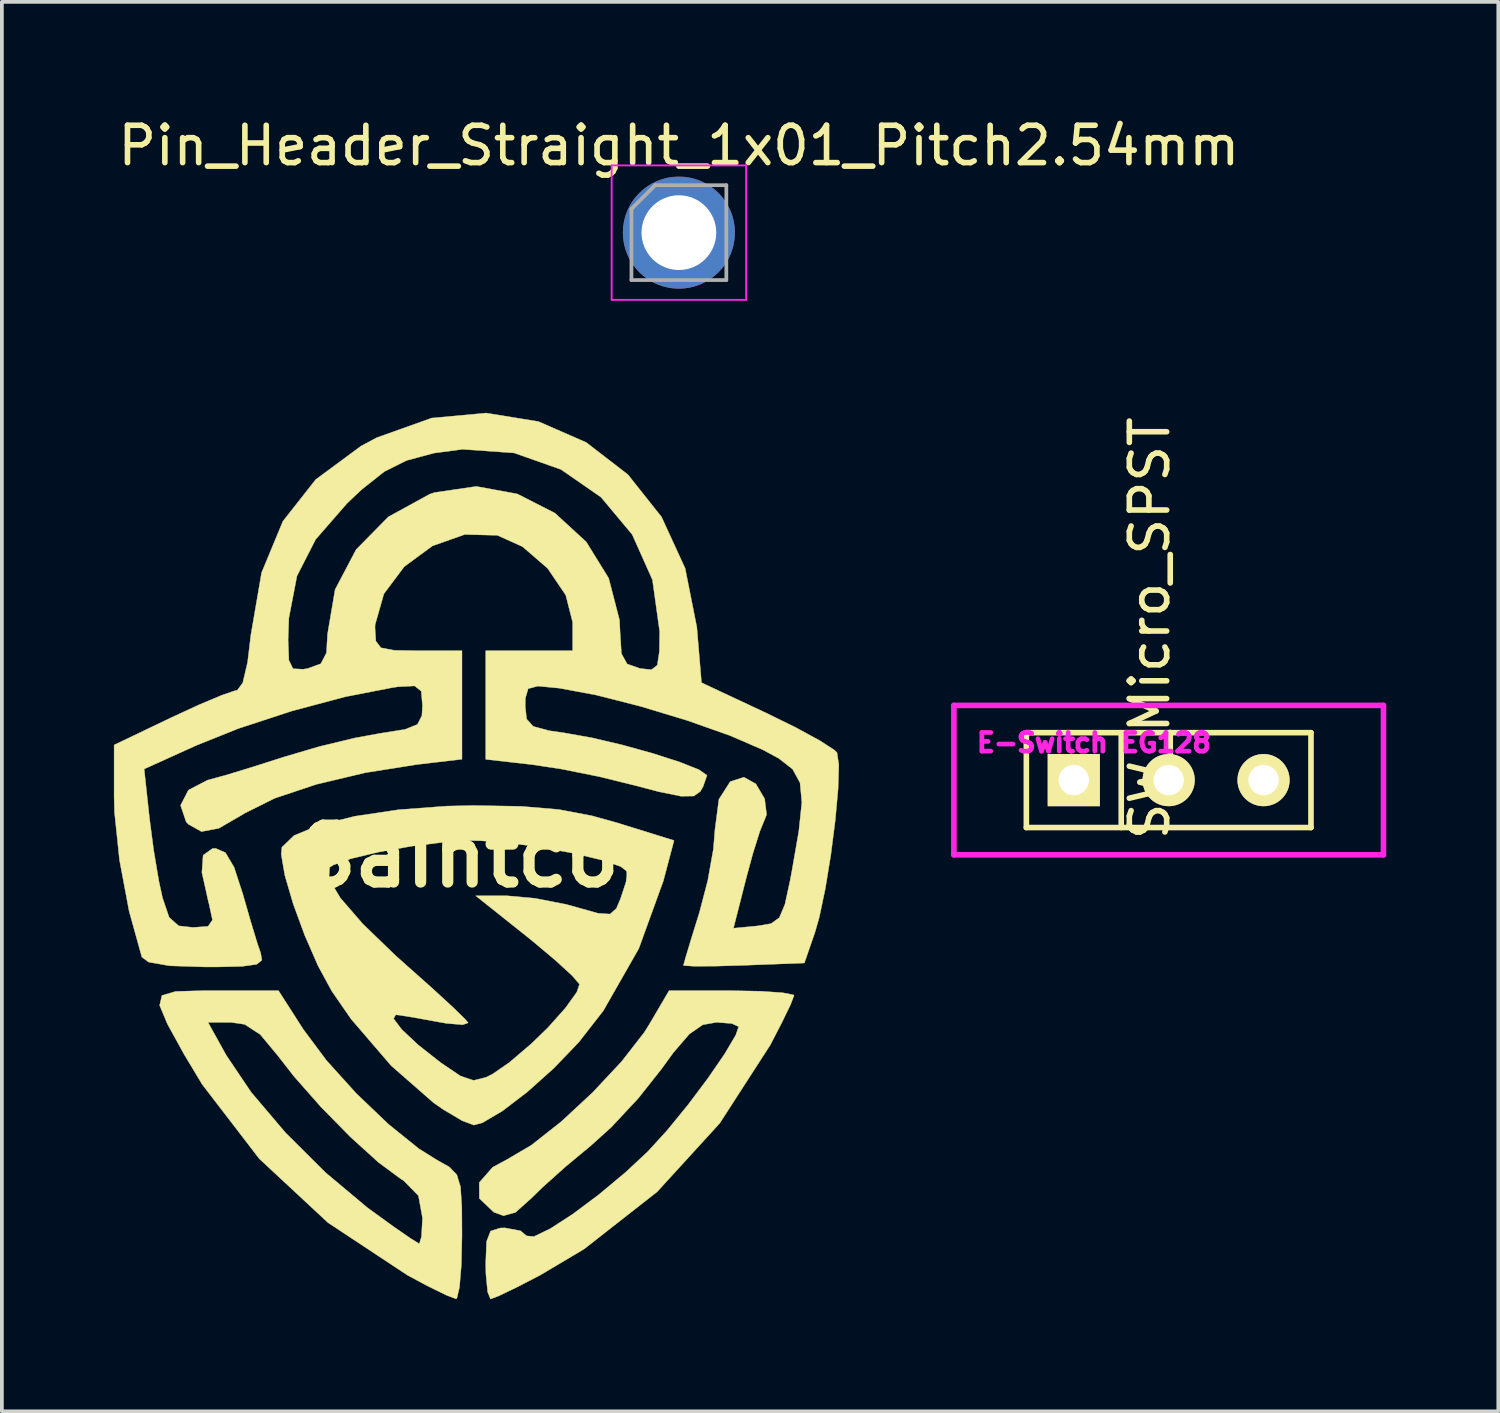
<source format=kicad_pcb>
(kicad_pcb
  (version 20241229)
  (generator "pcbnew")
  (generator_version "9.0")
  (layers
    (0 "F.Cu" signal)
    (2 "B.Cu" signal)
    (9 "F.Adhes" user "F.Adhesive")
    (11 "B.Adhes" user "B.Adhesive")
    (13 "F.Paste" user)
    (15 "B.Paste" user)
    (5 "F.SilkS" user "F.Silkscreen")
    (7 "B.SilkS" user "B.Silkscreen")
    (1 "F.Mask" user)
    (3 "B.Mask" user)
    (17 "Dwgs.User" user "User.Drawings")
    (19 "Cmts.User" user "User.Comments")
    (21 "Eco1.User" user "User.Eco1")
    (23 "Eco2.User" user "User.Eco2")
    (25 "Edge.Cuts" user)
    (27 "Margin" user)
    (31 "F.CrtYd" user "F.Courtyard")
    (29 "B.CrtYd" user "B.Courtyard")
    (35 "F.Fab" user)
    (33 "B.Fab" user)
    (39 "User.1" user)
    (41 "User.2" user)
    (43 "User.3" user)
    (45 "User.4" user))
  (footprint "SW_Micro_SPST"
    (layer "F.Cu")
    (at 28.237 17.835)
    (property "Reference" "SW_Micro_SPST" (at -0.508 -4.064 90) (layer "F.SilkS") (effects (font (size 1 1) (thickness 0.15))))
    (attr through_hole)
    (fp_line (start -3.81 -1.27) (end 3.81 -1.27) (stroke (width 0.15) (type solid)) (layer "F.SilkS"))
    (fp_line (start -3.81 1.27) (end -3.81 -1.27) (stroke (width 0.15) (type solid)) (layer "F.SilkS"))
    (fp_line (start -1.27 -1.27) (end -1.27 1.27) (stroke (width 0.15) (type solid)) (layer "F.SilkS"))
    (fp_line (start 3.81 -1.27) (end 3.81 1.27) (stroke (width 0.15) (type solid)) (layer "F.SilkS"))
    (fp_line (start 3.81 1.27) (end -3.81 1.27) (stroke (width 0.15) (type solid)) (layer "F.SilkS"))
    (fp_line (start -5.75 -2) (end -5.75 2) (stroke (width 0.15) (type solid)) (layer "F.CrtYd"))
    (fp_line (start -5.75 -2) (end 5.75 -2) (stroke (width 0.15) (type solid)) (layer "F.CrtYd"))
    (fp_line (start -5.75 2) (end 5.75 2) (stroke (width 0.15) (type solid)) (layer "F.CrtYd"))
    (fp_line (start 5.75 -2) (end 5.75 2) (stroke (width 0.15) (type solid)) (layer "F.CrtYd"))
    (fp_text user "E-Switch EG128" (at -2 -1 0) (layer "F.CrtYd") (effects (font (size 0.5 0.5) (thickness 0.125))))
    (pad "1" thru_hole rect (at -2.54 0) (size 1.397 1.397) (drill 0.813) (layers "*.Cu" "*.Mask" "F.SilkS"))
    (pad "2" thru_hole circle (at 0 0) (size 1.397 1.397) (drill 0.813) (layers "*.Cu" "*.Mask" "F.SilkS"))
    (pad "3" thru_hole circle (at 2.54 0) (size 1.397 1.397) (drill 0.813) (layers "*.Cu" "*.Mask" "F.SilkS")))
  (footprint "Pin_Header_Straight_1x01_Pitch2.54mm"
    (layer "F.Cu")
    (at 15.125 3.178)
    (property "Reference" "Pin_Header_Straight_1x01_Pitch2.54mm" (at 0 -2.33 0) (layer "F.SilkS") (effects (font (size 1 1) (thickness 0.15))))
    (attr through_hole)
    (fp_line (start -1.8 -1.8) (end -1.8 1.8) (stroke (width 0.05) (type solid)) (layer "F.CrtYd"))
    (fp_line (start -1.8 1.8) (end 1.8 1.8) (stroke (width 0.05) (type solid)) (layer "F.CrtYd"))
    (fp_line (start 1.8 -1.8) (end -1.8 -1.8) (stroke (width 0.05) (type solid)) (layer "F.CrtYd"))
    (fp_line (start 1.8 1.8) (end 1.8 -1.8) (stroke (width 0.05) (type solid)) (layer "F.CrtYd"))
    (fp_line (start -1.27 -0.635) (end -0.635 -1.27) (stroke (width 0.1) (type solid)) (layer "F.Fab"))
    (fp_line (start -1.27 1.27) (end -1.27 -0.635) (stroke (width 0.1) (type solid)) (layer "F.Fab"))
    (fp_line (start -0.635 -1.27) (end 1.27 -1.27) (stroke (width 0.1) (type solid)) (layer "F.Fab"))
    (fp_line (start 1.27 -1.27) (end 1.27 1.27) (stroke (width 0.1) (type solid)) (layer "F.Fab"))
    (fp_line (start 1.27 1.27) (end -1.27 1.27) (stroke (width 0.1) (type solid)) (layer "F.Fab"))
    (pad "1" thru_hole circle (at 0 0) (size 3 3) (drill 2) (layers "*.Cu" "*.Mask")))
  (footprint "Saintcon"
    (layer "F.Cu")
    (at 9.953 19.874)
    (property "Reference" "Saintcon" (at 0 0 0) (layer "F.SilkS") (effects (font (size 1.524 1.524) (thickness 0.3))))
    (attr through_hole)
    (fp_poly (pts (xy -7.212 3.598) (xy -5.547 3.598) (xy -4.884 4.632) (xy -4.264 5.464) (xy -3.466 6.348) (xy -2.603 7.173) (xy -1.786 7.831) (xy -1.311 8.128) (xy -0.975 8.317) (xy -0.774 8.523) (xy -0.674 8.852) (xy -0.639 9.407) (xy -0.635 10.165) (xy -0.653 10.95) (xy -0.702 11.539) (xy -0.772 11.834) (xy -0.794 11.849) (xy -1.05 11.752) (xy -1.556 11.504) (xy -2.094 11.216) (xy -4.222 9.809) (xy -6.061 8.098) (xy -7.591 6.106) (xy -8.08 5.292) (xy -8.521 4.49) (xy -8.54 4.445) (xy -7.435 4.445) (xy -6.946 5.327) (xy -6.28 6.316) (xy -5.358 7.402) (xy -4.289 8.467) (xy -3.182 9.395) (xy -3.099 9.457) (xy -2.485 9.902) (xy -2.016 10.227) (xy -1.784 10.37) (xy -1.776 10.372) (xy -1.72 10.186) (xy -1.694 9.734) (xy -1.693 9.676) (xy -1.801 9.086) (xy -2.195 8.685) (xy -2.275 8.635) (xy -2.872 8.194) (xy -3.617 7.519) (xy -4.407 6.715) (xy -5.137 5.887) (xy -5.559 5.345) (xy -6.035 4.772) (xy -6.453 4.5) (xy -6.823 4.445) (xy -7.435 4.445) (xy -8.54 4.445) (xy -8.729 3.993) (xy -8.668 3.726) (xy -8.3 3.618) (xy -7.588 3.598) (xy -7.212 3.598)) (stroke (width 0.01) (type solid)) (fill yes) (layer "F.SilkS"))
    (fp_poly (pts (xy 7.363 3.613) (xy 7.949 3.653) (xy 8.24 3.71) (xy 8.255 3.727) (xy 8.163 3.968) (xy 7.921 4.467) (xy 7.617 5.054) (xy 6.264 7.149) (xy 4.59 8.982) (xy 2.633 10.516) (xy 1.456 11.215) (xy 0.818 11.545) (xy 0.337 11.775) (xy 0.129 11.853) (xy 0.052 11.664) (xy 0.006 11.185) (xy 0 10.901) (xy 0.023 10.312) (xy 0.131 10.034) (xy 0.386 9.952) (xy 0.512 9.948) (xy 0.931 10.026) (xy 1.094 10.162) (xy 1.29 10.181) (xy 1.727 9.97) (xy 2.331 9.579) (xy 3.027 9.059) (xy 3.741 8.463) (xy 4.342 7.902) (xy 4.851 7.345) (xy 5.41 6.661) (xy 5.948 5.944) (xy 6.399 5.288) (xy 6.695 4.786) (xy 6.773 4.561) (xy 6.59 4.477) (xy 6.18 4.445) (xy 5.81 4.511) (xy 5.453 4.758) (xy 5.022 5.259) (xy 4.705 5.696) (xy 4.083 6.481) (xy 3.361 7.254) (xy 2.811 7.75) (xy 2.145 8.303) (xy 1.522 8.861) (xy 1.221 9.155) (xy 0.797 9.534) (xy 0.477 9.623) (xy 0.215 9.527) (xy -0.17 9.16) (xy -0.173 8.734) (xy 0.187 8.324) (xy 0.562 8.122) (xy 1.221 7.735) (xy 2.023 7.103) (xy 2.862 6.324) (xy 3.635 5.498) (xy 4.239 4.723) (xy 4.381 4.498) (xy 4.909 3.598) (xy 6.582 3.598) (xy 7.363 3.613)) (stroke (width 0.01) (type solid)) (fill yes) (layer "F.SilkS"))
    (fp_poly (pts (xy 0.955 -1.337) (xy 1.958 -1.252) (xy 2.845 -1.084) (xy 3.526 -0.894) (xy 5.042 -0.423) (xy 4.756 0.66) (xy 4.099 2.47) (xy 3.149 4.135) (xy 2.491 4.979) (xy 1.825 5.672) (xy 1.114 6.309) (xy 0.447 6.819) (xy -0.085 7.133) (xy -0.318 7.197) (xy -0.628 7.08) (xy -1.127 6.785) (xy -1.397 6.598) (xy -2.531 5.606) (xy -3.603 4.358) (xy -4.121 3.609) (xy -4.488 2.933) (xy -4.845 2.116) (xy -5.155 1.27) (xy -5.351 0.602) (xy -4.197 0.602) (xy -3.892 1.115) (xy -3.291 1.809) (xy -2.42 2.652) (xy -2.085 2.951) (xy -1.415 3.547) (xy -0.876 4.043) (xy -0.541 4.371) (xy -0.468 4.459) (xy -0.613 4.51) (xy -1.051 4.473) (xy -1.314 4.427) (xy -1.913 4.317) (xy -2.331 4.251) (xy -2.407 4.243) (xy -2.467 4.346) (xy -2.246 4.638) (xy -1.805 5.052) (xy -1.204 5.525) (xy -1.194 5.532) (xy -0.674 5.883) (xy -0.325 6) (xy 0.007 5.918) (xy 0.182 5.831) (xy 0.634 5.519) (xy 1.221 5.018) (xy 1.665 4.588) (xy 2.135 4.061) (xy 2.44 3.635) (xy 2.511 3.425) (xy 2.319 3.2) (xy 1.877 2.794) (xy 1.27 2.284) (xy 1.084 2.134) (xy -0.266 1.058) (xy 0.574 1.058) (xy 1.313 1.124) (xy 2.151 1.287) (xy 2.412 1.359) (xy 3.01 1.527) (xy 3.33 1.547) (xy 3.499 1.396) (xy 3.61 1.133) (xy 3.761 0.674) (xy 3.81 0.427) (xy 3.616 0.275) (xy 3.102 0.1) (xy 2.368 -0.077) (xy 1.516 -0.235) (xy 0.646 -0.355) (xy -0.142 -0.416) (xy -0.359 -0.42) (xy -1.122 -0.377) (xy -1.997 -0.268) (xy -2.862 -0.114) (xy -3.597 0.061) (xy -4.082 0.234) (xy -4.181 0.301) (xy -4.197 0.602) (xy -5.351 0.602) (xy -5.378 0.51) (xy -5.474 -0.052) (xy -5.455 -0.244) (xy -5.132 -0.555) (xy -4.457 -0.836) (xy -3.503 -1.072) (xy -2.339 -1.246) (xy -1.038 -1.344) (xy -0.318 -1.359) (xy 0.955 -1.337)) (stroke (width 0.01) (type solid)) (fill yes) (layer "F.SilkS"))
    (fp_poly (pts (xy 1.411 -11.639) (xy 2.692 -11.079) (xy 3.808 -10.218) (xy 4.707 -9.085) (xy 5.339 -7.711) (xy 5.652 -6.136) (xy 5.777 -4.648) (xy 7.516 -3.833) (xy 8.304 -3.446) (xy 8.943 -3.098) (xy 9.335 -2.844) (xy 9.405 -2.775) (xy 9.454 -2.443) (xy 9.434 -1.805) (xy 9.359 -0.97) (xy 9.241 -0.047) (xy 9.094 0.854) (xy 8.932 1.626) (xy 8.816 2.034) (xy 8.531 2.857) (xy 6.911 2.919) (xy 6.145 2.941) (xy 5.575 2.943) (xy 5.304 2.926) (xy 5.294 2.919) (xy 5.354 2.702) (xy 5.508 2.192) (xy 5.718 1.516) (xy 5.944 0.655) (xy 6.096 -0.196) (xy 6.138 -0.717) (xy 6.243 -1.525) (xy 6.546 -1.999) (xy 6.914 -2.117) (xy 7.232 -1.939) (xy 7.468 -1.539) (xy 7.52 -1.118) (xy 7.475 -1.001) (xy 7.34 -0.67) (xy 7.15 -0.065) (xy 6.972 0.593) (xy 6.633 1.926) (xy 7.285 1.863) (xy 7.639 1.803) (xy 7.86 1.645) (xy 8.01 1.29) (xy 8.151 0.64) (xy 8.192 0.423) (xy 8.383 -0.675) (xy 8.464 -1.443) (xy 8.415 -1.967) (xy 8.216 -2.332) (xy 7.847 -2.62) (xy 7.42 -2.851) (xy 6.537 -3.233) (xy 5.392 -3.637) (xy 4.145 -4.014) (xy 2.951 -4.318) (xy 1.968 -4.501) (xy 1.958 -4.502) (xy 1.396 -4.556) (xy 1.136 -4.486) (xy 1.062 -4.23) (xy 1.058 -4.029) (xy 1.094 -3.676) (xy 1.272 -3.478) (xy 1.701 -3.362) (xy 2.119 -3.301) (xy 2.834 -3.174) (xy 3.653 -2.982) (xy 4.473 -2.755) (xy 5.193 -2.523) (xy 5.71 -2.318) (xy 5.923 -2.169) (xy 5.923 -2.161) (xy 5.82 -1.866) (xy 5.746 -1.736) (xy 5.574 -1.613) (xy 5.23 -1.608) (xy 4.629 -1.73) (xy 4.038 -1.886) (xy 3.058 -2.128) (xy 2.025 -2.336) (xy 1.252 -2.453) (xy 0 -2.595) (xy 0 -5.503) (xy 2.328 -5.503) (xy 2.328 -6.265) (xy 2.143 -6.992) (xy 1.658 -7.708) (xy 0.984 -8.29) (xy 0.312 -8.593) (xy -0.56 -8.615) (xy -1.424 -8.31) (xy -2.18 -7.755) (xy -2.726 -7.026) (xy -2.961 -6.2) (xy -2.963 -6.107) (xy -2.941 -5.762) (xy -2.805 -5.582) (xy -2.452 -5.514) (xy -1.799 -5.503) (xy -0.635 -5.503) (xy -0.635 -2.598) (xy -1.831 -2.458) (xy -3.225 -2.237) (xy -4.534 -1.925) (xy -5.646 -1.554) (xy -6.45 -1.154) (xy -6.479 -1.135) (xy -7.144 -0.749) (xy -7.609 -0.661) (xy -7.962 -0.859) (xy -8.021 -0.926) (xy -8.169 -1.364) (xy -7.959 -1.772) (xy -7.451 -2.037) (xy -7.438 -2.041) (xy -6.958 -2.172) (xy -6.233 -2.393) (xy -5.416 -2.654) (xy -5.397 -2.66) (xy -4.465 -2.935) (xy -3.505 -3.167) (xy -2.805 -3.295) (xy -2.158 -3.397) (xy -1.827 -3.531) (xy -1.708 -3.765) (xy -1.693 -4.036) (xy -1.725 -4.419) (xy -1.902 -4.561) (xy -2.346 -4.538) (xy -2.487 -4.518) (xy -3.752 -4.272) (xy -5.196 -3.887) (xy -6.624 -3.419) (xy -7.755 -2.965) (xy -9.144 -2.336) (xy -9 -1.009) (xy -8.887 -0.148) (xy -8.748 0.673) (xy -8.653 1.111) (xy -8.474 1.637) (xy -8.22 1.862) (xy -7.838 1.905) (xy -7.433 1.876) (xy -7.315 1.705) (xy -7.409 1.267) (xy -7.423 1.218) (xy -7.598 0.432) (xy -7.565 -0.028) (xy -7.317 -0.206) (xy -7.231 -0.212) (xy -6.967 -0.097) (xy -6.736 0.294) (xy -6.504 1.005) (xy -6.296 1.73) (xy -6.114 2.328) (xy -6.024 2.593) (xy -5.992 2.781) (xy -6.129 2.892) (xy -6.51 2.946) (xy -7.214 2.963) (xy -7.498 2.963) (xy -8.459 2.932) (xy -9.022 2.834) (xy -9.205 2.699) (xy -9.547 1.467) (xy -9.804 0.099) (xy -9.938 -1.185) (xy -9.948 -1.573) (xy -9.948 -2.98) (xy -8.42 -3.712) (xy -7.673 -4.057) (xy -7.06 -4.314) (xy -6.691 -4.44) (xy -6.651 -4.445) (xy -6.504 -4.644) (xy -6.375 -5.194) (xy -6.302 -5.797) (xy -5.29 -5.797) (xy -5.27 -5.25) (xy -5.158 -5.021) (xy -4.885 -5.007) (xy -4.763 -5.028) (xy -4.414 -5.155) (xy -4.264 -5.445) (xy -4.233 -5.958) (xy -4.032 -7.141) (xy -3.47 -8.21) (xy -2.606 -9.088) (xy -1.502 -9.693) (xy -1.371 -9.738) (xy -0.251 -9.902) (xy 0.847 -9.701) (xy 1.852 -9.188) (xy 2.691 -8.418) (xy 3.292 -7.446) (xy 3.582 -6.326) (xy 3.598 -5.99) (xy 3.633 -5.426) (xy 3.787 -5.149) (xy 4.128 -5.028) (xy 4.437 -4.995) (xy 4.594 -5.116) (xy 4.65 -5.486) (xy 4.657 -6.02) (xy 4.464 -7.402) (xy 3.922 -8.614) (xy 3.087 -9.613) (xy 2.014 -10.356) (xy 0.76 -10.798) (xy -0.621 -10.896) (xy -1.388 -10.793) (xy -2.119 -10.596) (xy -2.713 -10.3) (xy -3.327 -9.813) (xy -3.709 -9.452) (xy -4.553 -8.483) (xy -5.053 -7.504) (xy -5.27 -6.377) (xy -5.29 -5.797) (xy -6.302 -5.797) (xy -6.288 -5.92) (xy -6 -7.593) (xy -5.429 -8.97) (xy -4.55 -10.087) (xy -3.34 -10.981) (xy -2.921 -11.206) (xy -1.447 -11.732) (xy 0.014 -11.866) (xy 1.411 -11.639)) (stroke (width 0.01) (type solid)) (fill yes) (layer "F.SilkS")))
  (gr_rect
    (start -3 -3)
    (end 37.062 34.733)
    (stroke (width 0.1) (type default))
    (fill no)
    (layer "Edge.Cuts")))
</source>
